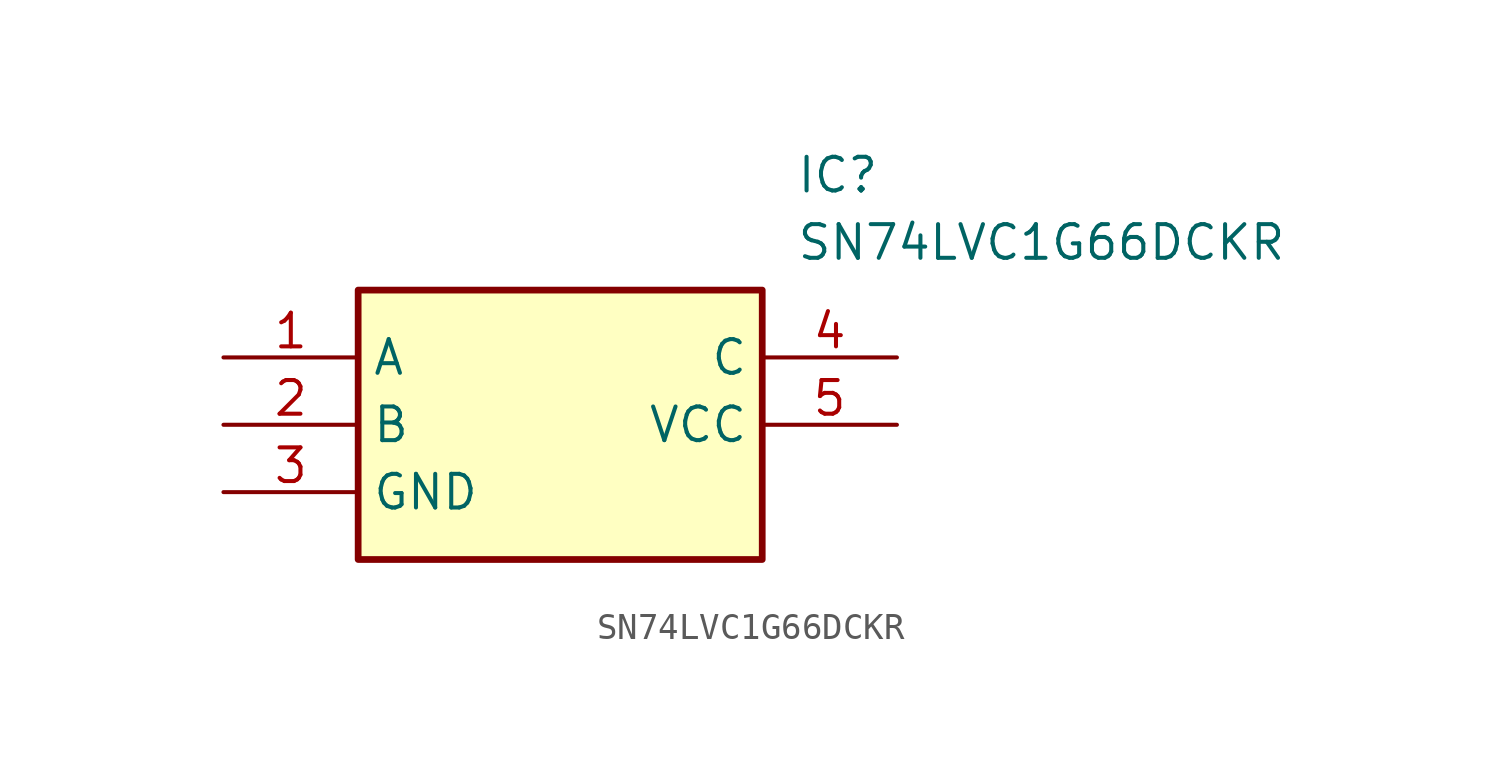
<source format=kicad_sym>
(kicad_symbol_lib
  (version 20211014)
  (generator SamacSys_ECAD_Model)
  (symbol "SN74LVC1G66DCKR"
    (property "Reference" "IC"
      (at 21.59 7.62 0)
      (effects (font (size 1.27 1.27)) (justify left top)))
    (property "Value" "SN74LVC1G66DCKR"
      (at 21.59 5.08 0)
      (effects (font (size 1.27 1.27)) (justify left top)))
    (rectangle
      (start 5.08 2.54)
      (end 20.32 -7.62)
      (stroke (width 0.254) (type default))
      (fill (type background)))
    (pin passive line
      (at 0 0 0)
      (length 5.08)
      (name "A" (effects (font (size 1.27 1.27))))
      (number "1" (effects (font (size 1.27 1.27)))))
    (pin passive line
      (at 0 -2.54 0)
      (length 5.08)
      (name "B" (effects (font (size 1.27 1.27))))
      (number "2" (effects (font (size 1.27 1.27)))))
    (pin passive line
      (at 0 -5.08 0)
      (length 5.08)
      (name "GND" (effects (font (size 1.27 1.27))))
      (number "3" (effects (font (size 1.27 1.27)))))
    (pin passive line
      (at 25.4 0 180)
      (length 5.08)
      (name "C" (effects (font (size 1.27 1.27))))
      (number "4" (effects (font (size 1.27 1.27)))))
    (pin passive line
      (at 25.4 -2.54 180)
      (length 5.08)
      (name "VCC" (effects (font (size 1.27 1.27))))
      (number "5" (effects (font (size 1.27 1.27)))))))
</source>
